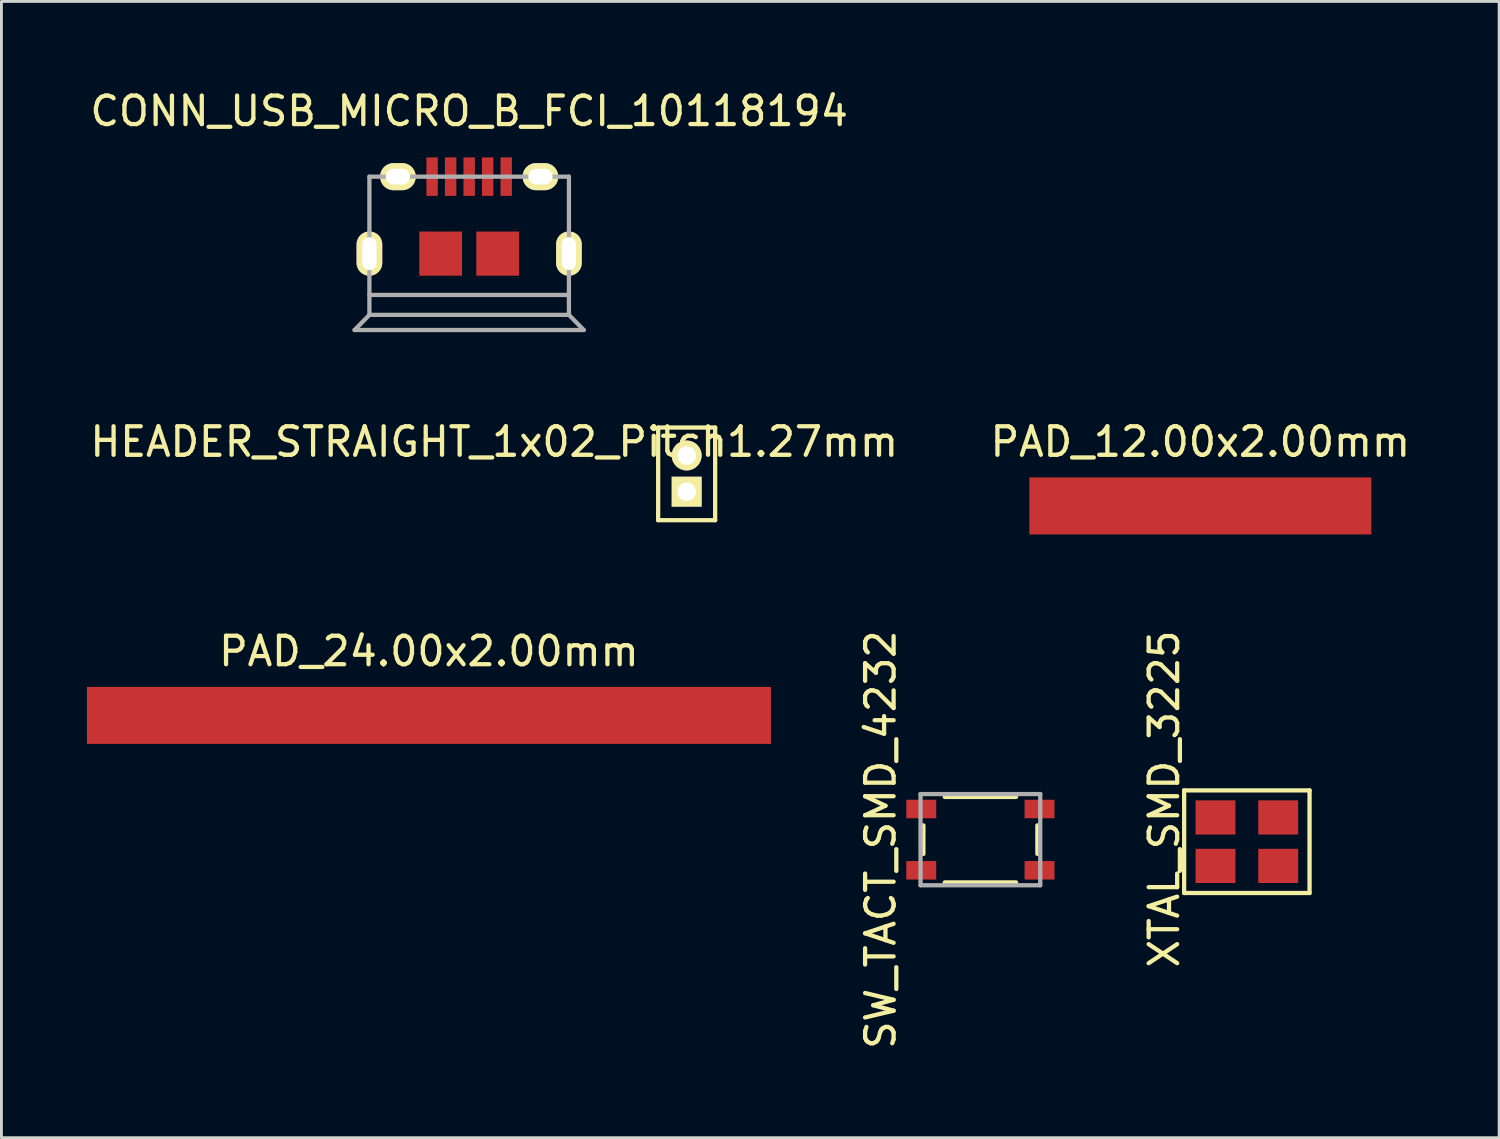
<source format=kicad_pcb>
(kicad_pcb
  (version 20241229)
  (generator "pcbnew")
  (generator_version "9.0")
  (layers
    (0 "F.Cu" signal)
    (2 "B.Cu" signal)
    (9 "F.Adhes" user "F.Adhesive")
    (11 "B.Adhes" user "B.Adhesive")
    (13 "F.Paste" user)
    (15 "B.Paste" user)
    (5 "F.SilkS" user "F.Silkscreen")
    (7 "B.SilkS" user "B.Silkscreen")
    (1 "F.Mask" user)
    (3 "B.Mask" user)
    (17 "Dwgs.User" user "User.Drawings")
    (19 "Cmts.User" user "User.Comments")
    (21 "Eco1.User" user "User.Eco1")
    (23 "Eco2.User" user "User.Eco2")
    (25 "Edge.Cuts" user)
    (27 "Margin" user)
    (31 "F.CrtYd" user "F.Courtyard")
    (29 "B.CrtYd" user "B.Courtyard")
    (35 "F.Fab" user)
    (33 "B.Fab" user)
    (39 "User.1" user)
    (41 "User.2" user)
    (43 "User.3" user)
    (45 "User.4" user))
  (footprint "HEADER_STRAIGHT_1x02_Pitch1.27mm"
    (layer "F.Cu")
    (at 21.042 14.201)
    (property "Reference" "HEADER_STRAIGHT_1x02_Pitch1.27mm" (at -6.75 -1.75 0) (layer "F.SilkS") (effects (font (size 1 1) (thickness 0.15))))
    (attr through_hole)
    (fp_line (start -1 -2.25) (end -1 1) (stroke (width 0.15) (type solid)) (layer "F.SilkS"))
    (fp_line (start -1 1) (end 1 1) (stroke (width 0.15) (type solid)) (layer "F.SilkS"))
    (fp_line (start 1 -2.25) (end -1 -2.25) (stroke (width 0.15) (type solid)) (layer "F.SilkS"))
    (fp_line (start 1 1) (end 1 -2.25) (stroke (width 0.15) (type solid)) (layer "F.SilkS"))
    (pad "1" thru_hole rect (at 0 0) (size 1.05 1.05) (drill 0.65) (layers "*.Cu" "*.Mask" "F.SilkS"))
    (pad "2" thru_hole circle (at 0 -1.27) (size 1.05 1.05) (drill 0.65) (layers "*.Cu" "*.Mask" "F.SilkS")))
  (footprint "SW_TACT_SMD_4232"
    (layer "F.Cu")
    (at 31.348 26.41)
    (property "Reference" "SW_TACT_SMD_4232" (at -3.5 0 90) (layer "F.SilkS") (effects (font (size 1 1) (thickness 0.15))))
    (attr through_hole)
    (fp_line (start -2 0.5) (end -2 -0.5) (stroke (width 0.15) (type solid)) (layer "F.SilkS"))
    (fp_line (start -1.25 -1.5) (end 1.25 -1.5) (stroke (width 0.15) (type solid)) (layer "F.SilkS"))
    (fp_line (start 1.25 1.5) (end -1.25 1.5) (stroke (width 0.15) (type solid)) (layer "F.SilkS"))
    (fp_line (start 2 -0.5) (end 2 0.5) (stroke (width 0.15) (type solid)) (layer "F.SilkS"))
    (fp_line (start -2.1 -1.6) (end 2.1 -1.6) (stroke (width 0.15) (type solid)) (layer "F.Fab"))
    (fp_line (start -2.1 1.6) (end -2.1 -1.6) (stroke (width 0.15) (type solid)) (layer "F.Fab"))
    (fp_line (start 2.1 -1.6) (end 2.1 1.6) (stroke (width 0.15) (type solid)) (layer "F.Fab"))
    (fp_line (start 2.1 1.6) (end -2.1 1.6) (stroke (width 0.15) (type solid)) (layer "F.Fab"))
    (pad "1" smd rect (at -2.075 -1.075) (size 1.05 0.65) (layers "F.Cu" "F.Mask" "F.Paste"))
    (pad "2" smd rect (at 2.075 -1.075) (size 1.05 0.65) (layers "F.Cu" "F.Mask" "F.Paste"))
    (pad "3" smd rect (at -2.075 1.075) (size 1.05 0.65) (layers "F.Cu" "F.Mask" "F.Paste"))
    (pad "4" smd rect (at 2.075 1.075) (size 1.05 0.65) (layers "F.Cu" "F.Mask" "F.Paste")))
  (footprint "CONN_USB_MICRO_B_FCI_10118194"
    (layer "F.Cu")
    (at 13.411 5.848)
    (property "Reference" "CONN_USB_MICRO_B_FCI_10118194" (at 0 -5 0) (layer "F.SilkS") (effects (font (size 1 1) (thickness 0.15))))
    (attr through_hole)
    (fp_line (start -4.02 2.68) (end -3.5 2.15) (stroke (width 0.15) (type solid)) (layer "F.Fab"))
    (fp_line (start -3.5 -2.7) (end -3.5 2.15) (stroke (width 0.15) (type solid)) (layer "F.Fab"))
    (fp_line (start -3.5 -2.7) (end 3.5 -2.7) (stroke (width 0.15) (type solid)) (layer "F.Fab"))
    (fp_line (start -3.5 1.45) (end 3.5 1.45) (stroke (width 0.15) (type solid)) (layer "F.Fab"))
    (fp_line (start -3.5 2.15) (end 3.5 2.15) (stroke (width 0.15) (type solid)) (layer "F.Fab"))
    (fp_line (start 3.5 -2.7) (end 3.5 2.15) (stroke (width 0.15) (type solid)) (layer "F.Fab"))
    (fp_line (start 3.5 2.15) (end 4.02 2.68) (stroke (width 0.15) (type solid)) (layer "F.Fab"))
    (fp_line (start 4.02 2.68) (end -4.02 2.68) (stroke (width 0.15) (type solid)) (layer "F.Fab"))
    (pad "1" smd rect (at -1.3 -2.7) (size 0.4 1.35) (layers "F.Cu" "F.Mask" "F.Paste"))
    (pad "2" smd rect (at -0.65 -2.7) (size 0.4 1.35) (layers "F.Cu" "F.Mask" "F.Paste"))
    (pad "3" smd rect (at 0 -2.7) (size 0.4 1.35) (layers "F.Cu" "F.Mask" "F.Paste"))
    (pad "4" smd rect (at 0.65 -2.7) (size 0.4 1.35) (layers "F.Cu" "F.Mask" "F.Paste"))
    (pad "5" smd rect (at 1.3 -2.7) (size 0.4 1.35) (layers "F.Cu" "F.Mask" "F.Paste"))
    (pad "6" thru_hole oval (at -3.5 0) (size 0.9 1.55) (drill oval 0.5 1.15) (layers "*.Cu" "*.Mask" "F.SilkS"))
    (pad "6" thru_hole oval (at -2.5 -2.7) (size 1.25 0.95) (drill oval 0.85 0.55) (layers "*.Cu" "*.Mask" "F.SilkS"))
    (pad "6" smd rect (at -1 0) (size 1.5 1.55) (layers "F.Cu" "F.Mask" "F.Paste"))
    (pad "6" smd rect (at 1 0) (size 1.5 1.55) (layers "F.Cu" "F.Mask" "F.Paste"))
    (pad "6" thru_hole oval (at 2.5 -2.7) (size 1.25 0.95) (drill oval 0.85 0.55) (layers "*.Cu" "*.Mask" "F.SilkS"))
    (pad "6" thru_hole oval (at 3.5 0) (size 0.9 1.55) (drill oval 0.5 1.15) (layers "*.Cu" "*.Mask" "F.SilkS")))
  (footprint "XTAL_SMD_3225"
    (layer "F.Cu")
    (at 40.697 26.481)
    (property "Reference" "XTAL_SMD_3225" (at -2.9 -1.5 90) (layer "F.SilkS") (effects (font (size 1 1) (thickness 0.15))))
    (attr through_hole)
    (fp_line (start -2.2 -1.8) (end 2.2 -1.8) (stroke (width 0.15) (type solid)) (layer "F.SilkS"))
    (fp_line (start -2.2 1.8) (end -2.2 -1.8) (stroke (width 0.15) (type solid)) (layer "F.SilkS"))
    (fp_line (start 2.2 -1.8) (end 2.2 1.8) (stroke (width 0.15) (type solid)) (layer "F.SilkS"))
    (fp_line (start 2.2 1.8) (end -2.2 1.8) (stroke (width 0.15) (type solid)) (layer "F.SilkS"))
    (pad "1" smd rect (at -1.1 0.85) (size 1.4 1.2) (layers "F.Cu" "F.Mask" "F.Paste"))
    (pad "2" smd rect (at 1.1 0.85) (size 1.4 1.2) (layers "F.Cu" "F.Mask" "F.Paste"))
    (pad "3" smd rect (at 1.1 -0.85) (size 1.4 1.2) (layers "F.Cu" "F.Mask" "F.Paste"))
    (pad "4" smd rect (at -1.1 -0.85) (size 1.4 1.2) (layers "F.Cu" "F.Mask" "F.Paste")))
  (footprint "PAD_12.00x2.00mm"
    (layer "F.Cu")
    (at 39.065 15.701)
    (property "Reference" "PAD_12.00x2.00mm" (at 0 -3.25 0) (layer "F.SilkS") (effects (font (size 1 1) (thickness 0.15))))
    (attr through_hole)
    (pad "1" smd rect (at 0 0) (size 12 2) (drill oval (offset 0 -1)) (layers "F.Cu" "F.Mask" "F.Paste")))
  (footprint "PAD_24.00x2.00mm"
    (layer "F.Cu")
    (at 12 23.05)
    (property "Reference" "PAD_24.00x2.00mm" (at 0 -3.25 0) (layer "F.SilkS") (effects (font (size 1 1) (thickness 0.15))))
    (attr through_hole)
    (pad "1" smd rect (at 0 0) (size 24 2) (drill oval (offset 0 -1)) (layers "F.Cu" "F.Mask" "F.Paste")))
  (gr_rect
    (start -3 -3)
    (end 49.548 36.868)
    (stroke (width 0.1) (type default))
    (fill no)
    (layer "Edge.Cuts")))
</source>
